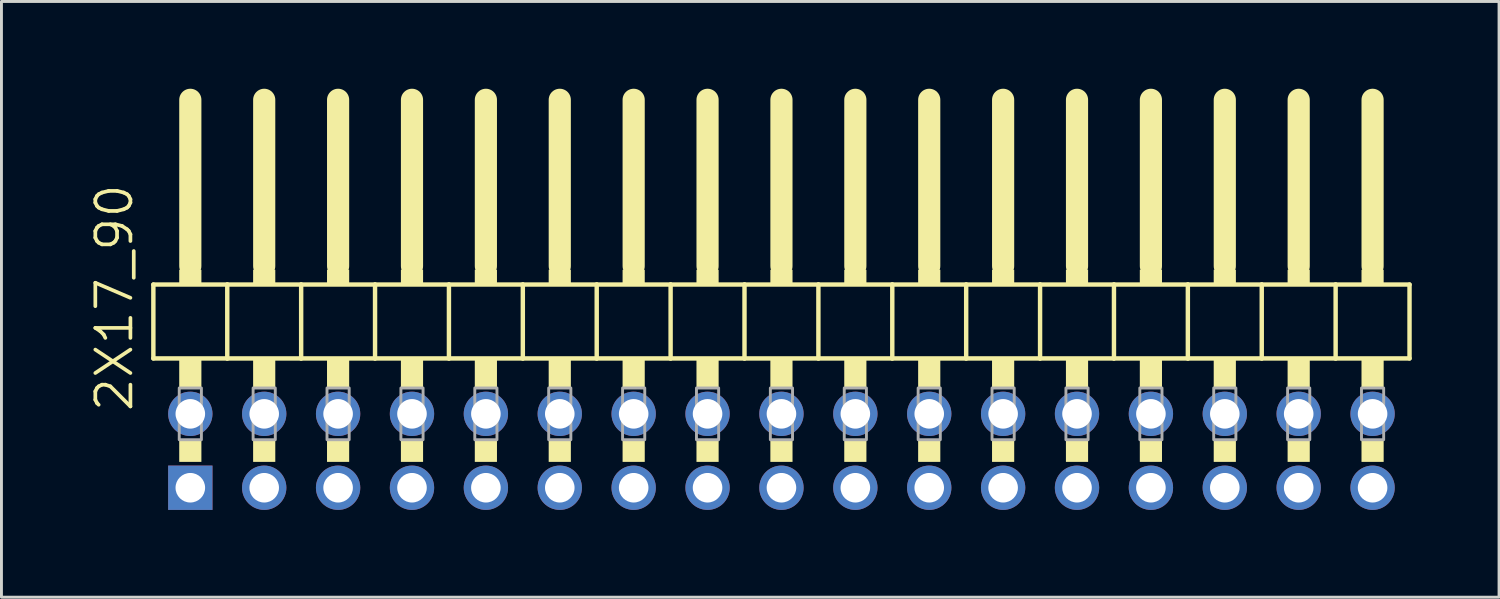
<source format=kicad_pcb>
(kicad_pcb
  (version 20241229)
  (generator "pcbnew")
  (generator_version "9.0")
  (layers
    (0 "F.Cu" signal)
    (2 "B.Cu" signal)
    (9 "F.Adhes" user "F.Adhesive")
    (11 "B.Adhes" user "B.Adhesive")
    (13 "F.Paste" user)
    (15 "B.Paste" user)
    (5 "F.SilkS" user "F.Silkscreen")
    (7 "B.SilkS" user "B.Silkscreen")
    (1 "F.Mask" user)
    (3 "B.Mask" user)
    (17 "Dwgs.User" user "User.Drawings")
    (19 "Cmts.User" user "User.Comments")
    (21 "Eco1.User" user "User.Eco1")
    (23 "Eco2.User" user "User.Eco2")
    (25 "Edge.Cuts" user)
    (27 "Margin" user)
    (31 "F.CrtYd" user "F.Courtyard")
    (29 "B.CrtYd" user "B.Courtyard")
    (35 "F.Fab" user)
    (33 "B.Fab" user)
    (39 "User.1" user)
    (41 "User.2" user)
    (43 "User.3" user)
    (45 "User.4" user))
  (footprint "2X17_90"
    (layer "F.Cu")
    (at 23.812 7.366)
    (property "Reference" "2X17_90" (at -22.225 3.81 90) (layer "F.SilkS") (effects (font (size 1.206 1.206) (thickness 0.127)) (justify left bottom)))
    (attr through_hole)
    (fp_line (start -21.59 -0.635) (end -21.59 1.905) (stroke (width 0.152) (type solid)) (layer "F.SilkS"))
    (fp_line (start -21.59 1.905) (end -19.05 1.905) (stroke (width 0.152) (type solid)) (layer "F.SilkS"))
    (fp_line (start -20.32 -6.985) (end -20.32 -1.27) (stroke (width 0.762) (type solid)) (layer "F.SilkS"))
    (fp_line (start -19.05 -0.635) (end -21.59 -0.635) (stroke (width 0.152) (type solid)) (layer "F.SilkS"))
    (fp_line (start -19.05 1.905) (end -19.05 -0.635) (stroke (width 0.152) (type solid)) (layer "F.SilkS"))
    (fp_line (start -19.05 1.905) (end -16.51 1.905) (stroke (width 0.152) (type solid)) (layer "F.SilkS"))
    (fp_line (start -17.78 -6.985) (end -17.78 -1.27) (stroke (width 0.762) (type solid)) (layer "F.SilkS"))
    (fp_line (start -16.51 -0.635) (end -19.05 -0.635) (stroke (width 0.152) (type solid)) (layer "F.SilkS"))
    (fp_line (start -16.51 1.905) (end -16.51 -0.635) (stroke (width 0.152) (type solid)) (layer "F.SilkS"))
    (fp_line (start -16.51 1.905) (end -13.97 1.905) (stroke (width 0.152) (type solid)) (layer "F.SilkS"))
    (fp_line (start -15.24 -6.985) (end -15.24 -1.27) (stroke (width 0.762) (type solid)) (layer "F.SilkS"))
    (fp_line (start -13.97 -0.635) (end -16.51 -0.635) (stroke (width 0.152) (type solid)) (layer "F.SilkS"))
    (fp_line (start -13.97 1.905) (end -13.97 -0.635) (stroke (width 0.152) (type solid)) (layer "F.SilkS"))
    (fp_line (start -13.97 1.905) (end -11.43 1.905) (stroke (width 0.152) (type solid)) (layer "F.SilkS"))
    (fp_line (start -12.7 -6.985) (end -12.7 -1.27) (stroke (width 0.762) (type solid)) (layer "F.SilkS"))
    (fp_line (start -11.43 -0.635) (end -13.97 -0.635) (stroke (width 0.152) (type solid)) (layer "F.SilkS"))
    (fp_line (start -11.43 1.905) (end -11.43 -0.635) (stroke (width 0.152) (type solid)) (layer "F.SilkS"))
    (fp_line (start -11.43 1.905) (end -8.89 1.905) (stroke (width 0.152) (type solid)) (layer "F.SilkS"))
    (fp_line (start -10.16 -6.985) (end -10.16 -1.27) (stroke (width 0.762) (type solid)) (layer "F.SilkS"))
    (fp_line (start -8.89 -0.635) (end -11.43 -0.635) (stroke (width 0.152) (type solid)) (layer "F.SilkS"))
    (fp_line (start -8.89 1.905) (end -8.89 -0.635) (stroke (width 0.152) (type solid)) (layer "F.SilkS"))
    (fp_line (start -8.89 1.905) (end -6.35 1.905) (stroke (width 0.152) (type solid)) (layer "F.SilkS"))
    (fp_line (start -7.62 -6.985) (end -7.62 -1.27) (stroke (width 0.762) (type solid)) (layer "F.SilkS"))
    (fp_line (start -6.35 -0.635) (end -8.89 -0.635) (stroke (width 0.152) (type solid)) (layer "F.SilkS"))
    (fp_line (start -6.35 1.905) (end -6.35 -0.635) (stroke (width 0.152) (type solid)) (layer "F.SilkS"))
    (fp_line (start -6.35 1.905) (end -3.81 1.905) (stroke (width 0.152) (type solid)) (layer "F.SilkS"))
    (fp_line (start -5.08 -6.985) (end -5.08 -1.27) (stroke (width 0.762) (type solid)) (layer "F.SilkS"))
    (fp_line (start -3.81 -0.635) (end -6.35 -0.635) (stroke (width 0.152) (type solid)) (layer "F.SilkS"))
    (fp_line (start -3.81 1.905) (end -3.81 -0.635) (stroke (width 0.152) (type solid)) (layer "F.SilkS"))
    (fp_line (start -3.81 1.905) (end -1.27 1.905) (stroke (width 0.152) (type solid)) (layer "F.SilkS"))
    (fp_line (start -2.54 -6.985) (end -2.54 -1.27) (stroke (width 0.762) (type solid)) (layer "F.SilkS"))
    (fp_line (start -1.27 -0.635) (end -3.81 -0.635) (stroke (width 0.152) (type solid)) (layer "F.SilkS"))
    (fp_line (start -1.27 1.905) (end -1.27 -0.635) (stroke (width 0.152) (type solid)) (layer "F.SilkS"))
    (fp_line (start -1.27 1.905) (end 1.27 1.905) (stroke (width 0.152) (type solid)) (layer "F.SilkS"))
    (fp_line (start 0 -6.985) (end 0 -1.27) (stroke (width 0.762) (type solid)) (layer "F.SilkS"))
    (fp_line (start 1.27 -0.635) (end -1.27 -0.635) (stroke (width 0.152) (type solid)) (layer "F.SilkS"))
    (fp_line (start 1.27 1.905) (end 1.27 -0.635) (stroke (width 0.152) (type solid)) (layer "F.SilkS"))
    (fp_line (start 1.27 1.905) (end 3.81 1.905) (stroke (width 0.152) (type solid)) (layer "F.SilkS"))
    (fp_line (start 2.54 -6.985) (end 2.54 -1.27) (stroke (width 0.762) (type solid)) (layer "F.SilkS"))
    (fp_line (start 3.81 -0.635) (end 1.27 -0.635) (stroke (width 0.152) (type solid)) (layer "F.SilkS"))
    (fp_line (start 3.81 1.905) (end 3.81 -0.635) (stroke (width 0.152) (type solid)) (layer "F.SilkS"))
    (fp_line (start 3.81 1.905) (end 6.35 1.905) (stroke (width 0.152) (type solid)) (layer "F.SilkS"))
    (fp_line (start 5.08 -6.985) (end 5.08 -1.27) (stroke (width 0.762) (type solid)) (layer "F.SilkS"))
    (fp_line (start 6.35 -0.635) (end 3.81 -0.635) (stroke (width 0.152) (type solid)) (layer "F.SilkS"))
    (fp_line (start 6.35 1.905) (end 6.35 -0.635) (stroke (width 0.152) (type solid)) (layer "F.SilkS"))
    (fp_line (start 6.35 1.905) (end 8.89 1.905) (stroke (width 0.152) (type solid)) (layer "F.SilkS"))
    (fp_line (start 7.62 -6.985) (end 7.62 -1.27) (stroke (width 0.762) (type solid)) (layer "F.SilkS"))
    (fp_line (start 8.89 -0.635) (end 6.35 -0.635) (stroke (width 0.152) (type solid)) (layer "F.SilkS"))
    (fp_line (start 8.89 1.905) (end 8.89 -0.635) (stroke (width 0.152) (type solid)) (layer "F.SilkS"))
    (fp_line (start 8.89 1.905) (end 11.43 1.905) (stroke (width 0.152) (type solid)) (layer "F.SilkS"))
    (fp_line (start 10.16 -6.985) (end 10.16 -1.27) (stroke (width 0.762) (type solid)) (layer "F.SilkS"))
    (fp_line (start 11.43 -0.635) (end 8.89 -0.635) (stroke (width 0.152) (type solid)) (layer "F.SilkS"))
    (fp_line (start 11.43 1.905) (end 11.43 -0.635) (stroke (width 0.152) (type solid)) (layer "F.SilkS"))
    (fp_line (start 11.43 1.905) (end 13.97 1.905) (stroke (width 0.152) (type solid)) (layer "F.SilkS"))
    (fp_line (start 12.7 -6.985) (end 12.7 -1.27) (stroke (width 0.762) (type solid)) (layer "F.SilkS"))
    (fp_line (start 13.97 -0.635) (end 11.43 -0.635) (stroke (width 0.152) (type solid)) (layer "F.SilkS"))
    (fp_line (start 13.97 1.905) (end 13.97 -0.635) (stroke (width 0.152) (type solid)) (layer "F.SilkS"))
    (fp_line (start 13.97 1.905) (end 16.51 1.905) (stroke (width 0.152) (type solid)) (layer "F.SilkS"))
    (fp_line (start 15.24 -6.985) (end 15.24 -1.27) (stroke (width 0.762) (type solid)) (layer "F.SilkS"))
    (fp_line (start 16.51 -0.635) (end 13.97 -0.635) (stroke (width 0.152) (type solid)) (layer "F.SilkS"))
    (fp_line (start 16.51 1.905) (end 16.51 -0.635) (stroke (width 0.152) (type solid)) (layer "F.SilkS"))
    (fp_line (start 16.51 1.905) (end 19.05 1.905) (stroke (width 0.152) (type solid)) (layer "F.SilkS"))
    (fp_line (start 17.78 -6.985) (end 17.78 -1.27) (stroke (width 0.762) (type solid)) (layer "F.SilkS"))
    (fp_line (start 19.05 -0.635) (end 16.51 -0.635) (stroke (width 0.152) (type solid)) (layer "F.SilkS"))
    (fp_line (start 19.05 1.905) (end 19.05 -0.635) (stroke (width 0.152) (type solid)) (layer "F.SilkS"))
    (fp_line (start 19.05 1.905) (end 21.59 1.905) (stroke (width 0.152) (type solid)) (layer "F.SilkS"))
    (fp_line (start 20.32 -6.985) (end 20.32 -1.27) (stroke (width 0.762) (type solid)) (layer "F.SilkS"))
    (fp_line (start 21.59 -0.635) (end 19.05 -0.635) (stroke (width 0.152) (type solid)) (layer "F.SilkS"))
    (fp_line (start 21.59 1.905) (end 21.59 -0.635) (stroke (width 0.152) (type solid)) (layer "F.SilkS"))
    (fp_poly (pts (xy -20.701 -0.635) (xy -19.939 -0.635) (xy -19.939 -1.143) (xy -20.701 -1.143)) (stroke (width 0) (type solid)) (fill yes) (layer "F.SilkS"))
    (fp_poly (pts (xy -20.701 2.921) (xy -19.939 2.921) (xy -19.939 1.905) (xy -20.701 1.905)) (stroke (width 0) (type solid)) (fill yes) (layer "F.SilkS"))
    (fp_poly (pts (xy -20.701 5.461) (xy -19.939 5.461) (xy -19.939 4.699) (xy -20.701 4.699)) (stroke (width 0) (type solid)) (fill yes) (layer "F.SilkS"))
    (fp_poly (pts (xy -18.161 -0.635) (xy -17.399 -0.635) (xy -17.399 -1.143) (xy -18.161 -1.143)) (stroke (width 0) (type solid)) (fill yes) (layer "F.SilkS"))
    (fp_poly (pts (xy -18.161 2.921) (xy -17.399 2.921) (xy -17.399 1.905) (xy -18.161 1.905)) (stroke (width 0) (type solid)) (fill yes) (layer "F.SilkS"))
    (fp_poly (pts (xy -18.161 5.461) (xy -17.399 5.461) (xy -17.399 4.699) (xy -18.161 4.699)) (stroke (width 0) (type solid)) (fill yes) (layer "F.SilkS"))
    (fp_poly (pts (xy -15.621 -0.635) (xy -14.859 -0.635) (xy -14.859 -1.143) (xy -15.621 -1.143)) (stroke (width 0) (type solid)) (fill yes) (layer "F.SilkS"))
    (fp_poly (pts (xy -15.621 2.921) (xy -14.859 2.921) (xy -14.859 1.905) (xy -15.621 1.905)) (stroke (width 0) (type solid)) (fill yes) (layer "F.SilkS"))
    (fp_poly (pts (xy -15.621 5.461) (xy -14.859 5.461) (xy -14.859 4.699) (xy -15.621 4.699)) (stroke (width 0) (type solid)) (fill yes) (layer "F.SilkS"))
    (fp_poly (pts (xy -13.081 -0.635) (xy -12.319 -0.635) (xy -12.319 -1.143) (xy -13.081 -1.143)) (stroke (width 0) (type solid)) (fill yes) (layer "F.SilkS"))
    (fp_poly (pts (xy -13.081 2.921) (xy -12.319 2.921) (xy -12.319 1.905) (xy -13.081 1.905)) (stroke (width 0) (type solid)) (fill yes) (layer "F.SilkS"))
    (fp_poly (pts (xy -13.081 5.461) (xy -12.319 5.461) (xy -12.319 4.699) (xy -13.081 4.699)) (stroke (width 0) (type solid)) (fill yes) (layer "F.SilkS"))
    (fp_poly (pts (xy -10.541 -0.635) (xy -9.779 -0.635) (xy -9.779 -1.143) (xy -10.541 -1.143)) (stroke (width 0) (type solid)) (fill yes) (layer "F.SilkS"))
    (fp_poly (pts (xy -10.541 2.921) (xy -9.779 2.921) (xy -9.779 1.905) (xy -10.541 1.905)) (stroke (width 0) (type solid)) (fill yes) (layer "F.SilkS"))
    (fp_poly (pts (xy -10.541 5.461) (xy -9.779 5.461) (xy -9.779 4.699) (xy -10.541 4.699)) (stroke (width 0) (type solid)) (fill yes) (layer "F.SilkS"))
    (fp_poly (pts (xy -8.001 -0.635) (xy -7.239 -0.635) (xy -7.239 -1.143) (xy -8.001 -1.143)) (stroke (width 0) (type solid)) (fill yes) (layer "F.SilkS"))
    (fp_poly (pts (xy -8.001 2.921) (xy -7.239 2.921) (xy -7.239 1.905) (xy -8.001 1.905)) (stroke (width 0) (type solid)) (fill yes) (layer "F.SilkS"))
    (fp_poly (pts (xy -8.001 5.461) (xy -7.239 5.461) (xy -7.239 4.699) (xy -8.001 4.699)) (stroke (width 0) (type solid)) (fill yes) (layer "F.SilkS"))
    (fp_poly (pts (xy -5.461 -0.635) (xy -4.699 -0.635) (xy -4.699 -1.143) (xy -5.461 -1.143)) (stroke (width 0) (type solid)) (fill yes) (layer "F.SilkS"))
    (fp_poly (pts (xy -5.461 2.921) (xy -4.699 2.921) (xy -4.699 1.905) (xy -5.461 1.905)) (stroke (width 0) (type solid)) (fill yes) (layer "F.SilkS"))
    (fp_poly (pts (xy -5.461 5.461) (xy -4.699 5.461) (xy -4.699 4.699) (xy -5.461 4.699)) (stroke (width 0) (type solid)) (fill yes) (layer "F.SilkS"))
    (fp_poly (pts (xy -2.921 -0.635) (xy -2.159 -0.635) (xy -2.159 -1.143) (xy -2.921 -1.143)) (stroke (width 0) (type solid)) (fill yes) (layer "F.SilkS"))
    (fp_poly (pts (xy -2.921 2.921) (xy -2.159 2.921) (xy -2.159 1.905) (xy -2.921 1.905)) (stroke (width 0) (type solid)) (fill yes) (layer "F.SilkS"))
    (fp_poly (pts (xy -2.921 5.461) (xy -2.159 5.461) (xy -2.159 4.699) (xy -2.921 4.699)) (stroke (width 0) (type solid)) (fill yes) (layer "F.SilkS"))
    (fp_poly (pts (xy -0.381 -0.635) (xy 0.381 -0.635) (xy 0.381 -1.143) (xy -0.381 -1.143)) (stroke (width 0) (type solid)) (fill yes) (layer "F.SilkS"))
    (fp_poly (pts (xy -0.381 2.921) (xy 0.381 2.921) (xy 0.381 1.905) (xy -0.381 1.905)) (stroke (width 0) (type solid)) (fill yes) (layer "F.SilkS"))
    (fp_poly (pts (xy -0.381 5.461) (xy 0.381 5.461) (xy 0.381 4.699) (xy -0.381 4.699)) (stroke (width 0) (type solid)) (fill yes) (layer "F.SilkS"))
    (fp_poly (pts (xy 2.159 -0.635) (xy 2.921 -0.635) (xy 2.921 -1.143) (xy 2.159 -1.143)) (stroke (width 0) (type solid)) (fill yes) (layer "F.SilkS"))
    (fp_poly (pts (xy 2.159 2.921) (xy 2.921 2.921) (xy 2.921 1.905) (xy 2.159 1.905)) (stroke (width 0) (type solid)) (fill yes) (layer "F.SilkS"))
    (fp_poly (pts (xy 2.159 5.461) (xy 2.921 5.461) (xy 2.921 4.699) (xy 2.159 4.699)) (stroke (width 0) (type solid)) (fill yes) (layer "F.SilkS"))
    (fp_poly (pts (xy 4.699 -0.635) (xy 5.461 -0.635) (xy 5.461 -1.143) (xy 4.699 -1.143)) (stroke (width 0) (type solid)) (fill yes) (layer "F.SilkS"))
    (fp_poly (pts (xy 4.699 2.921) (xy 5.461 2.921) (xy 5.461 1.905) (xy 4.699 1.905)) (stroke (width 0) (type solid)) (fill yes) (layer "F.SilkS"))
    (fp_poly (pts (xy 4.699 5.461) (xy 5.461 5.461) (xy 5.461 4.699) (xy 4.699 4.699)) (stroke (width 0) (type solid)) (fill yes) (layer "F.SilkS"))
    (fp_poly (pts (xy 7.239 -0.635) (xy 8.001 -0.635) (xy 8.001 -1.143) (xy 7.239 -1.143)) (stroke (width 0) (type solid)) (fill yes) (layer "F.SilkS"))
    (fp_poly (pts (xy 7.239 2.921) (xy 8.001 2.921) (xy 8.001 1.905) (xy 7.239 1.905)) (stroke (width 0) (type solid)) (fill yes) (layer "F.SilkS"))
    (fp_poly (pts (xy 7.239 5.461) (xy 8.001 5.461) (xy 8.001 4.699) (xy 7.239 4.699)) (stroke (width 0) (type solid)) (fill yes) (layer "F.SilkS"))
    (fp_poly (pts (xy 9.779 -0.635) (xy 10.541 -0.635) (xy 10.541 -1.143) (xy 9.779 -1.143)) (stroke (width 0) (type solid)) (fill yes) (layer "F.SilkS"))
    (fp_poly (pts (xy 9.779 2.921) (xy 10.541 2.921) (xy 10.541 1.905) (xy 9.779 1.905)) (stroke (width 0) (type solid)) (fill yes) (layer "F.SilkS"))
    (fp_poly (pts (xy 9.779 5.461) (xy 10.541 5.461) (xy 10.541 4.699) (xy 9.779 4.699)) (stroke (width 0) (type solid)) (fill yes) (layer "F.SilkS"))
    (fp_poly (pts (xy 12.319 -0.635) (xy 13.081 -0.635) (xy 13.081 -1.143) (xy 12.319 -1.143)) (stroke (width 0) (type solid)) (fill yes) (layer "F.SilkS"))
    (fp_poly (pts (xy 12.319 2.921) (xy 13.081 2.921) (xy 13.081 1.905) (xy 12.319 1.905)) (stroke (width 0) (type solid)) (fill yes) (layer "F.SilkS"))
    (fp_poly (pts (xy 12.319 5.461) (xy 13.081 5.461) (xy 13.081 4.699) (xy 12.319 4.699)) (stroke (width 0) (type solid)) (fill yes) (layer "F.SilkS"))
    (fp_poly (pts (xy 14.859 -0.635) (xy 15.621 -0.635) (xy 15.621 -1.143) (xy 14.859 -1.143)) (stroke (width 0) (type solid)) (fill yes) (layer "F.SilkS"))
    (fp_poly (pts (xy 14.859 2.921) (xy 15.621 2.921) (xy 15.621 1.905) (xy 14.859 1.905)) (stroke (width 0) (type solid)) (fill yes) (layer "F.SilkS"))
    (fp_poly (pts (xy 14.859 5.461) (xy 15.621 5.461) (xy 15.621 4.699) (xy 14.859 4.699)) (stroke (width 0) (type solid)) (fill yes) (layer "F.SilkS"))
    (fp_poly (pts (xy 17.399 -0.635) (xy 18.161 -0.635) (xy 18.161 -1.143) (xy 17.399 -1.143)) (stroke (width 0) (type solid)) (fill yes) (layer "F.SilkS"))
    (fp_poly (pts (xy 17.399 2.921) (xy 18.161 2.921) (xy 18.161 1.905) (xy 17.399 1.905)) (stroke (width 0) (type solid)) (fill yes) (layer "F.SilkS"))
    (fp_poly (pts (xy 17.399 5.461) (xy 18.161 5.461) (xy 18.161 4.699) (xy 17.399 4.699)) (stroke (width 0) (type solid)) (fill yes) (layer "F.SilkS"))
    (fp_poly (pts (xy 19.939 -0.635) (xy 20.701 -0.635) (xy 20.701 -1.143) (xy 19.939 -1.143)) (stroke (width 0) (type solid)) (fill yes) (layer "F.SilkS"))
    (fp_poly (pts (xy 19.939 2.921) (xy 20.701 2.921) (xy 20.701 1.905) (xy 19.939 1.905)) (stroke (width 0) (type solid)) (fill yes) (layer "F.SilkS"))
    (fp_poly (pts (xy 19.939 5.461) (xy 20.701 5.461) (xy 20.701 4.699) (xy 19.939 4.699)) (stroke (width 0) (type solid)) (fill yes) (layer "F.SilkS"))
    (fp_poly (pts (xy -20.701 4.699) (xy -19.939 4.699) (xy -19.939 2.921) (xy -20.701 2.921)) (stroke (width 0.1) (type solid)) (fill no) (layer "F.Fab"))
    (fp_poly (pts (xy -18.161 4.699) (xy -17.399 4.699) (xy -17.399 2.921) (xy -18.161 2.921)) (stroke (width 0.1) (type solid)) (fill no) (layer "F.Fab"))
    (fp_poly (pts (xy -15.621 4.699) (xy -14.859 4.699) (xy -14.859 2.921) (xy -15.621 2.921)) (stroke (width 0.1) (type solid)) (fill no) (layer "F.Fab"))
    (fp_poly (pts (xy -13.081 4.699) (xy -12.319 4.699) (xy -12.319 2.921) (xy -13.081 2.921)) (stroke (width 0.1) (type solid)) (fill no) (layer "F.Fab"))
    (fp_poly (pts (xy -10.541 4.699) (xy -9.779 4.699) (xy -9.779 2.921) (xy -10.541 2.921)) (stroke (width 0.1) (type solid)) (fill no) (layer "F.Fab"))
    (fp_poly (pts (xy -8.001 4.699) (xy -7.239 4.699) (xy -7.239 2.921) (xy -8.001 2.921)) (stroke (width 0.1) (type solid)) (fill no) (layer "F.Fab"))
    (fp_poly (pts (xy -5.461 4.699) (xy -4.699 4.699) (xy -4.699 2.921) (xy -5.461 2.921)) (stroke (width 0.1) (type solid)) (fill no) (layer "F.Fab"))
    (fp_poly (pts (xy -2.921 4.699) (xy -2.159 4.699) (xy -2.159 2.921) (xy -2.921 2.921)) (stroke (width 0.1) (type solid)) (fill no) (layer "F.Fab"))
    (fp_poly (pts (xy -0.381 4.699) (xy 0.381 4.699) (xy 0.381 2.921) (xy -0.381 2.921)) (stroke (width 0.1) (type solid)) (fill no) (layer "F.Fab"))
    (fp_poly (pts (xy 2.159 4.699) (xy 2.921 4.699) (xy 2.921 2.921) (xy 2.159 2.921)) (stroke (width 0.1) (type solid)) (fill no) (layer "F.Fab"))
    (fp_poly (pts (xy 4.699 4.699) (xy 5.461 4.699) (xy 5.461 2.921) (xy 4.699 2.921)) (stroke (width 0.1) (type solid)) (fill no) (layer "F.Fab"))
    (fp_poly (pts (xy 7.239 4.699) (xy 8.001 4.699) (xy 8.001 2.921) (xy 7.239 2.921)) (stroke (width 0.1) (type solid)) (fill no) (layer "F.Fab"))
    (fp_poly (pts (xy 9.779 4.699) (xy 10.541 4.699) (xy 10.541 2.921) (xy 9.779 2.921)) (stroke (width 0.1) (type solid)) (fill no) (layer "F.Fab"))
    (fp_poly (pts (xy 12.319 4.699) (xy 13.081 4.699) (xy 13.081 2.921) (xy 12.319 2.921)) (stroke (width 0.1) (type solid)) (fill no) (layer "F.Fab"))
    (fp_poly (pts (xy 14.859 4.699) (xy 15.621 4.699) (xy 15.621 2.921) (xy 14.859 2.921)) (stroke (width 0.1) (type solid)) (fill no) (layer "F.Fab"))
    (fp_poly (pts (xy 17.399 4.699) (xy 18.161 4.699) (xy 18.161 2.921) (xy 17.399 2.921)) (stroke (width 0.1) (type solid)) (fill no) (layer "F.Fab"))
    (fp_poly (pts (xy 19.939 4.699) (xy 20.701 4.699) (xy 20.701 2.921) (xy 19.939 2.921)) (stroke (width 0.1) (type solid)) (fill no) (layer "F.Fab"))
    (pad "1" thru_hole rect (at -20.32 6.35) (size 1.524 1.524) (drill 1.016) (layers "*.Cu" "*.Mask"))
    (pad "2" thru_hole circle (at -20.32 3.81) (size 1.524 1.524) (drill 1.016) (layers "*.Cu" "*.Mask"))
    (pad "3" thru_hole circle (at -17.78 6.35) (size 1.524 1.524) (drill 1.016) (layers "*.Cu" "*.Mask"))
    (pad "4" thru_hole circle (at -17.78 3.81) (size 1.524 1.524) (drill 1.016) (layers "*.Cu" "*.Mask"))
    (pad "5" thru_hole circle (at -15.24 6.35) (size 1.524 1.524) (drill 1.016) (layers "*.Cu" "*.Mask"))
    (pad "6" thru_hole circle (at -15.24 3.81) (size 1.524 1.524) (drill 1.016) (layers "*.Cu" "*.Mask"))
    (pad "7" thru_hole circle (at -12.7 6.35) (size 1.524 1.524) (drill 1.016) (layers "*.Cu" "*.Mask"))
    (pad "8" thru_hole circle (at -12.7 3.81) (size 1.524 1.524) (drill 1.016) (layers "*.Cu" "*.Mask"))
    (pad "9" thru_hole circle (at -10.16 6.35) (size 1.524 1.524) (drill 1.016) (layers "*.Cu" "*.Mask"))
    (pad "10" thru_hole circle (at -10.16 3.81) (size 1.524 1.524) (drill 1.016) (layers "*.Cu" "*.Mask"))
    (pad "11" thru_hole circle (at -7.62 6.35) (size 1.524 1.524) (drill 1.016) (layers "*.Cu" "*.Mask"))
    (pad "12" thru_hole circle (at -7.62 3.81) (size 1.524 1.524) (drill 1.016) (layers "*.Cu" "*.Mask"))
    (pad "13" thru_hole circle (at -5.08 6.35) (size 1.524 1.524) (drill 1.016) (layers "*.Cu" "*.Mask"))
    (pad "14" thru_hole circle (at -5.08 3.81) (size 1.524 1.524) (drill 1.016) (layers "*.Cu" "*.Mask"))
    (pad "15" thru_hole circle (at -2.54 6.35) (size 1.524 1.524) (drill 1.016) (layers "*.Cu" "*.Mask"))
    (pad "16" thru_hole circle (at -2.54 3.81) (size 1.524 1.524) (drill 1.016) (layers "*.Cu" "*.Mask"))
    (pad "17" thru_hole circle (at 0 6.35) (size 1.524 1.524) (drill 1.016) (layers "*.Cu" "*.Mask"))
    (pad "18" thru_hole circle (at 0 3.81) (size 1.524 1.524) (drill 1.016) (layers "*.Cu" "*.Mask"))
    (pad "19" thru_hole circle (at 2.54 6.35) (size 1.524 1.524) (drill 1.016) (layers "*.Cu" "*.Mask"))
    (pad "20" thru_hole circle (at 2.54 3.81) (size 1.524 1.524) (drill 1.016) (layers "*.Cu" "*.Mask"))
    (pad "21" thru_hole circle (at 5.08 6.35) (size 1.524 1.524) (drill 1.016) (layers "*.Cu" "*.Mask"))
    (pad "22" thru_hole circle (at 5.08 3.81) (size 1.524 1.524) (drill 1.016) (layers "*.Cu" "*.Mask"))
    (pad "23" thru_hole circle (at 7.62 6.35) (size 1.524 1.524) (drill 1.016) (layers "*.Cu" "*.Mask"))
    (pad "24" thru_hole circle (at 7.62 3.81) (size 1.524 1.524) (drill 1.016) (layers "*.Cu" "*.Mask"))
    (pad "25" thru_hole circle (at 10.16 6.35) (size 1.524 1.524) (drill 1.016) (layers "*.Cu" "*.Mask"))
    (pad "26" thru_hole circle (at 10.16 3.81) (size 1.524 1.524) (drill 1.016) (layers "*.Cu" "*.Mask"))
    (pad "27" thru_hole circle (at 12.7 6.35) (size 1.524 1.524) (drill 1.016) (layers "*.Cu" "*.Mask"))
    (pad "28" thru_hole circle (at 12.7 3.81) (size 1.524 1.524) (drill 1.016) (layers "*.Cu" "*.Mask"))
    (pad "29" thru_hole circle (at 15.24 6.35) (size 1.524 1.524) (drill 1.016) (layers "*.Cu" "*.Mask"))
    (pad "30" thru_hole circle (at 15.24 3.81) (size 1.524 1.524) (drill 1.016) (layers "*.Cu" "*.Mask"))
    (pad "31" thru_hole circle (at 17.78 6.35) (size 1.524 1.524) (drill 1.016) (layers "*.Cu" "*.Mask"))
    (pad "32" thru_hole circle (at 17.78 3.81) (size 1.524 1.524) (drill 1.016) (layers "*.Cu" "*.Mask"))
    (pad "33" thru_hole circle (at 20.32 6.35) (size 1.524 1.524) (drill 1.016) (layers "*.Cu" "*.Mask"))
    (pad "34" thru_hole circle (at 20.32 3.81) (size 1.524 1.524) (drill 1.016) (layers "*.Cu" "*.Mask")))
  (gr_rect
    (start -3 -3)
    (end 48.479 17.478)
    (stroke (width 0.1) (type default))
    (fill no)
    (layer "Edge.Cuts")))
</source>
